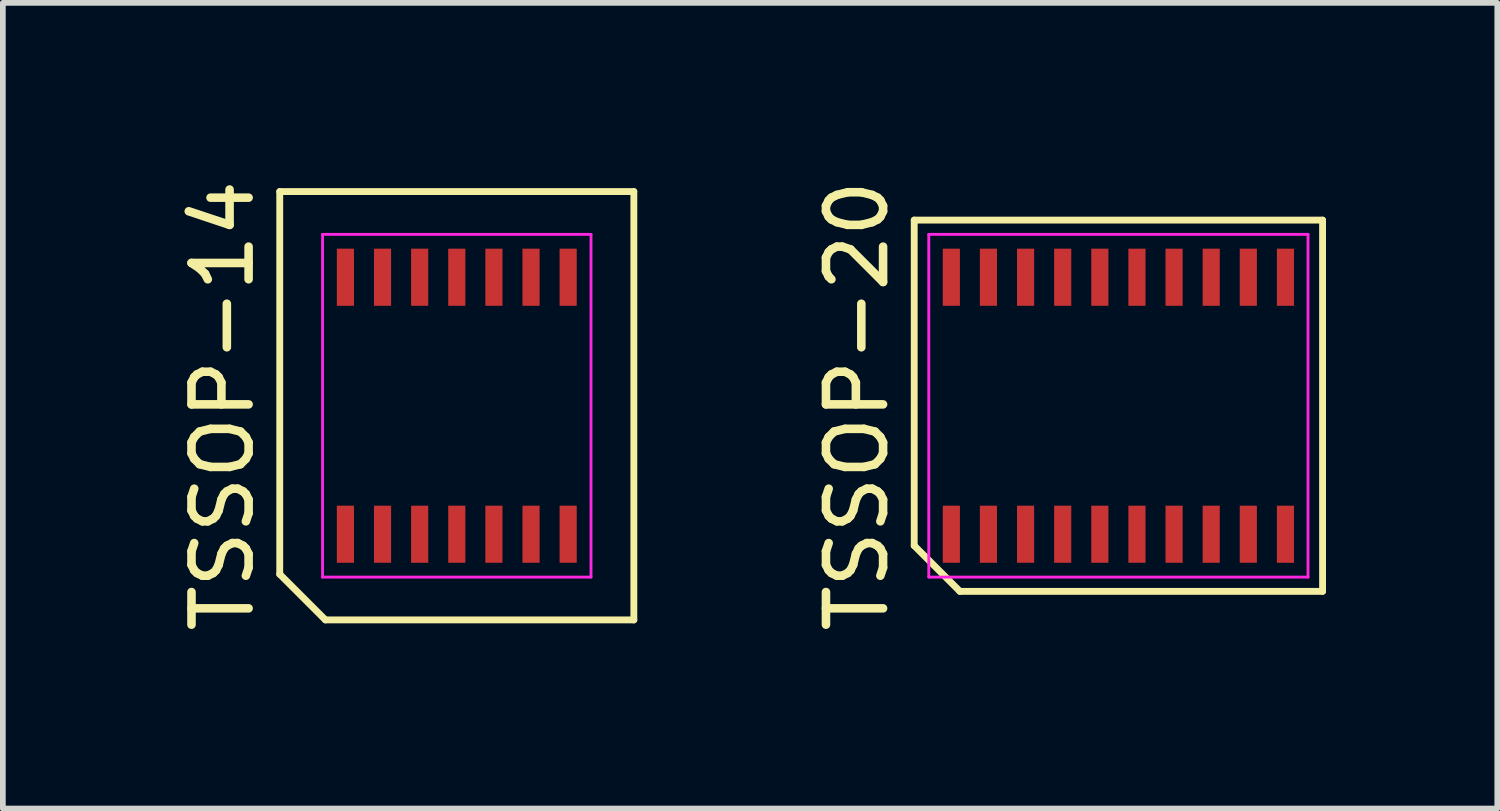
<source format=kicad_pcb>
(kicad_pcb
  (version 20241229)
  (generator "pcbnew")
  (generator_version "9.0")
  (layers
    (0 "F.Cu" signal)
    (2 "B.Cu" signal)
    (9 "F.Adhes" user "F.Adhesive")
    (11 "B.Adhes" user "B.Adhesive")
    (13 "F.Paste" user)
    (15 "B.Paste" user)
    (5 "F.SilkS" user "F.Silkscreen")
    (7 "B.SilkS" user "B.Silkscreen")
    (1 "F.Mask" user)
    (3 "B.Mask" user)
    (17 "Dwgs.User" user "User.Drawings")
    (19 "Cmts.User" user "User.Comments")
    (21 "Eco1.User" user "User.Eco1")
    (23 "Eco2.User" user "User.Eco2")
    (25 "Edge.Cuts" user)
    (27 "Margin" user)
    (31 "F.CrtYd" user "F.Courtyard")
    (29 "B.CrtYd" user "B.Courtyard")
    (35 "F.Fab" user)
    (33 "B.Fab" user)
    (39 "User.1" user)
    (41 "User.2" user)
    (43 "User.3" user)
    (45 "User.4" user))
  (footprint "TSSOP-20"
    (layer "F.Cu")
    (at 16.532 4.054)
    (property "Reference" "TSSOP-20" (at -4.575 0 90) (layer "F.SilkS") (effects (font (size 1 1) (thickness 0.15))))
    (attr through_hole)
    (fp_line (start -3.575 -3.25) (end 3.575 -3.25) (stroke (width 0.12) (type default)) (layer "F.SilkS"))
    (fp_line (start -3.575 2.45) (end -3.575 -3.25) (stroke (width 0.12) (type default)) (layer "F.SilkS"))
    (fp_line (start -2.775 3.25) (end -3.575 2.45) (stroke (width 0.12) (type default)) (layer "F.SilkS"))
    (fp_line (start 3.575 -3.25) (end 3.575 3.25) (stroke (width 0.12) (type default)) (layer "F.SilkS"))
    (fp_line (start 3.575 3.25) (end -2.775 3.25) (stroke (width 0.12) (type default)) (layer "F.SilkS"))
    (fp_line (start -3.32 -3) (end 3.32 -3) (stroke (width 0.05) (type default)) (layer "F.CrtYd"))
    (fp_line (start -3.32 3) (end -3.32 -3) (stroke (width 0.05) (type default)) (layer "F.CrtYd"))
    (fp_line (start 3.32 -3) (end 3.32 3) (stroke (width 0.05) (type default)) (layer "F.CrtYd"))
    (fp_line (start 3.32 3) (end -3.32 3) (stroke (width 0.05) (type default)) (layer "F.CrtYd"))
    (pad "1" smd rect (at -2.925 2.25) (size 0.3 1) (layers "F.Cu" "F.Mask" "F.Paste"))
    (pad "2" smd rect (at -2.275 2.25) (size 0.3 1) (layers "F.Cu" "F.Mask" "F.Paste"))
    (pad "3" smd rect (at -1.625 2.25) (size 0.3 1) (layers "F.Cu" "F.Mask" "F.Paste"))
    (pad "4" smd rect (at -0.975 2.25) (size 0.3 1) (layers "F.Cu" "F.Mask" "F.Paste"))
    (pad "5" smd rect (at -0.325 2.25) (size 0.3 1) (layers "F.Cu" "F.Mask" "F.Paste"))
    (pad "6" smd rect (at 0.325 2.25) (size 0.3 1) (layers "F.Cu" "F.Mask" "F.Paste"))
    (pad "7" smd rect (at 0.975 2.25) (size 0.3 1) (layers "F.Cu" "F.Mask" "F.Paste"))
    (pad "8" smd rect (at 1.625 2.25) (size 0.3 1) (layers "F.Cu" "F.Mask" "F.Paste"))
    (pad "9" smd rect (at 2.275 2.25) (size 0.3 1) (layers "F.Cu" "F.Mask" "F.Paste"))
    (pad "10" smd rect (at 2.925 2.25) (size 0.3 1) (layers "F.Cu" "F.Mask" "F.Paste"))
    (pad "11" smd rect (at 2.925 -2.25) (size 0.3 1) (layers "F.Cu" "F.Mask" "F.Paste"))
    (pad "12" smd rect (at 2.275 -2.25) (size 0.3 1) (layers "F.Cu" "F.Mask" "F.Paste"))
    (pad "13" smd rect (at 1.625 -2.25) (size 0.3 1) (layers "F.Cu" "F.Mask" "F.Paste"))
    (pad "14" smd rect (at 0.975 -2.25) (size 0.3 1) (layers "F.Cu" "F.Mask" "F.Paste"))
    (pad "15" smd rect (at 0.325 -2.25) (size 0.3 1) (layers "F.Cu" "F.Mask" "F.Paste"))
    (pad "16" smd rect (at -0.325 -2.25) (size 0.3 1) (layers "F.Cu" "F.Mask" "F.Paste"))
    (pad "17" smd rect (at -0.975 -2.25) (size 0.3 1) (layers "F.Cu" "F.Mask" "F.Paste"))
    (pad "18" smd rect (at -1.625 -2.25) (size 0.3 1) (layers "F.Cu" "F.Mask" "F.Paste"))
    (pad "19" smd rect (at -2.275 -2.25) (size 0.3 1) (layers "F.Cu" "F.Mask" "F.Paste"))
    (pad "20" smd rect (at -2.925 -2.25) (size 0.3 1) (layers "F.Cu" "F.Mask" "F.Paste")))
  (footprint "TSSOP-14"
    (layer "F.Cu")
    (at 4.948 4.054)
    (property "Reference" "TSSOP-14" (at -4.1 0 90) (layer "F.SilkS") (effects (font (size 1 1) (thickness 0.15))))
    (attr through_hole)
    (fp_line (start -3.1 -3.75) (end 3.1 -3.75) (stroke (width 0.12) (type default)) (layer "F.SilkS"))
    (fp_line (start -3.1 2.95) (end -3.1 -3.75) (stroke (width 0.12) (type default)) (layer "F.SilkS"))
    (fp_line (start -2.3 3.75) (end -3.1 2.95) (stroke (width 0.12) (type default)) (layer "F.SilkS"))
    (fp_line (start 3.1 -3.75) (end 3.1 3.75) (stroke (width 0.12) (type default)) (layer "F.SilkS"))
    (fp_line (start 3.1 3.75) (end -2.3 3.75) (stroke (width 0.12) (type default)) (layer "F.SilkS"))
    (fp_line (start -2.35 -3) (end 2.35 -3) (stroke (width 0.05) (type default)) (layer "F.CrtYd"))
    (fp_line (start -2.35 3) (end -2.35 -3) (stroke (width 0.05) (type default)) (layer "F.CrtYd"))
    (fp_line (start 2.35 -3) (end 2.35 3) (stroke (width 0.05) (type default)) (layer "F.CrtYd"))
    (fp_line (start 2.35 3) (end -2.35 3) (stroke (width 0.05) (type default)) (layer "F.CrtYd"))
    (pad "1" smd rect (at -1.95 2.25) (size 0.3 1) (layers "F.Cu" "F.Mask" "F.Paste"))
    (pad "2" smd rect (at -1.3 2.25) (size 0.3 1) (layers "F.Cu" "F.Mask" "F.Paste"))
    (pad "3" smd rect (at -0.65 2.25) (size 0.3 1) (layers "F.Cu" "F.Mask" "F.Paste"))
    (pad "4" smd rect (at 0 2.25) (size 0.3 1) (layers "F.Cu" "F.Mask" "F.Paste"))
    (pad "5" smd rect (at 0.65 2.25) (size 0.3 1) (layers "F.Cu" "F.Mask" "F.Paste"))
    (pad "6" smd rect (at 1.3 2.25) (size 0.3 1) (layers "F.Cu" "F.Mask" "F.Paste"))
    (pad "7" smd rect (at 1.95 2.25) (size 0.3 1) (layers "F.Cu" "F.Mask" "F.Paste"))
    (pad "8" smd rect (at 1.95 -2.25) (size 0.3 1) (layers "F.Cu" "F.Mask" "F.Paste"))
    (pad "9" smd rect (at 1.3 -2.25) (size 0.3 1) (layers "F.Cu" "F.Mask" "F.Paste"))
    (pad "10" smd rect (at 0.65 -2.25) (size 0.3 1) (layers "F.Cu" "F.Mask" "F.Paste"))
    (pad "11" smd rect (at 0 -2.25) (size 0.3 1) (layers "F.Cu" "F.Mask" "F.Paste"))
    (pad "12" smd rect (at -0.65 -2.25) (size 0.3 1) (layers "F.Cu" "F.Mask" "F.Paste"))
    (pad "13" smd rect (at -1.3 -2.25) (size 0.3 1) (layers "F.Cu" "F.Mask" "F.Paste"))
    (pad "14" smd rect (at -1.95 -2.25) (size 0.3 1) (layers "F.Cu" "F.Mask" "F.Paste")))
  (gr_rect
    (start -3 -3)
    (end 23.166 11.107)
    (stroke (width 0.1) (type default))
    (fill no)
    (layer "Edge.Cuts")))
</source>
